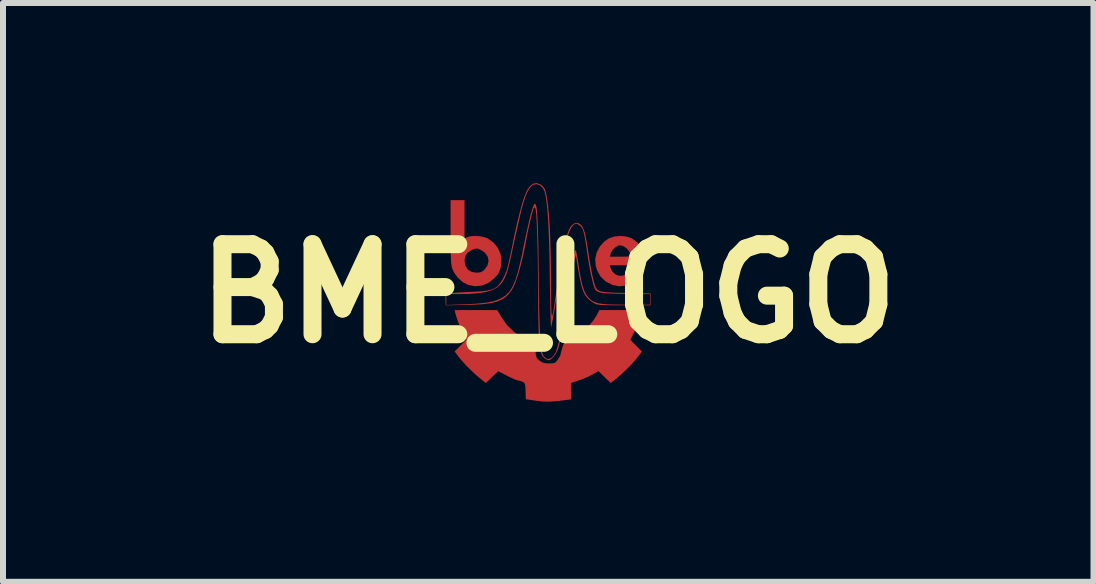
<source format=kicad_pcb>
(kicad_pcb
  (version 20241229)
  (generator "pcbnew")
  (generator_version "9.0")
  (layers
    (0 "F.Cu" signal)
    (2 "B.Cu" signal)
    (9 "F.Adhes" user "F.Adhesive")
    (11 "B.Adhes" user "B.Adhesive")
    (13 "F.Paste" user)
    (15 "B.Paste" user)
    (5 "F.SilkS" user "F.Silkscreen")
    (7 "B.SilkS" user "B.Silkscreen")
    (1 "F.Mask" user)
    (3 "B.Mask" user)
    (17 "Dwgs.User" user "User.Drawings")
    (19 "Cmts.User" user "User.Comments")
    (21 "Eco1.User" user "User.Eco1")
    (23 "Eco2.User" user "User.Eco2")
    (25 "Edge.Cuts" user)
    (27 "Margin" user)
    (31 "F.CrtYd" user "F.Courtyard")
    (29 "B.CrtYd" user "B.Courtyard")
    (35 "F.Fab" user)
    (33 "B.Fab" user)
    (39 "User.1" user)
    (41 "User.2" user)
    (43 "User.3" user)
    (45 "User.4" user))
  (footprint "BME_LOGO"
    (layer "F.Cu")
    (at 6.086 1.841)
    (property "Reference" "BME_LOGO" (at 0 0 0) (layer "F.SilkS") (effects (font (size 1.5 1.5) (thickness 0.3))))
    (attr board_only exclude_from_pos_files exclude_from_bom)
    (fp_poly (pts (xy -1.396 -1.236) (xy -1.396 -0.915) (xy -1.356 -0.937) (xy -1.3 -0.954) (xy -1.223 -0.959) (xy -1.138 -0.954) (xy -1.06 -0.938) (xy -1.011 -0.92) (xy -0.912 -0.849) (xy -0.838 -0.758) (xy -0.793 -0.65) (xy -0.78 -0.532) (xy -0.791 -0.442) (xy -0.811 -0.375) (xy -0.841 -0.32) (xy -0.892 -0.263) (xy -0.896 -0.258) (xy -0.998 -0.177) (xy -1.106 -0.132) (xy -1.219 -0.121) (xy -1.338 -0.145) (xy -1.341 -0.146) (xy -1.427 -0.192) (xy -1.507 -0.263) (xy -1.569 -0.347) (xy -1.598 -0.409) (xy -1.607 -0.439) (xy -1.614 -0.477) (xy -1.619 -0.525) (xy -1.62 -0.551) (xy -1.396 -0.551) (xy -1.382 -0.464) (xy -1.341 -0.399) (xy -1.276 -0.36) (xy -1.198 -0.347) (xy -1.138 -0.352) (xy -1.096 -0.37) (xy -1.061 -0.4) (xy -1.012 -0.471) (xy -0.995 -0.545) (xy -1.011 -0.617) (xy -1.057 -0.681) (xy -1.116 -0.723) (xy -1.163 -0.744) (xy -1.197 -0.75) (xy -1.237 -0.74) (xy -1.264 -0.73) (xy -1.338 -0.688) (xy -1.382 -0.629) (xy -1.396 -0.551) (xy -1.62 -0.551) (xy -1.623 -0.588) (xy -1.625 -0.672) (xy -1.627 -0.779) (xy -1.627 -0.915) (xy -1.628 -1.026) (xy -1.628 -1.556) (xy -1.512 -1.556) (xy -1.396 -1.556)) (stroke (width 0) (type solid)) (fill yes) (layer "F.Cu"))
    (fp_poly (pts (xy 1.309 -0.948) (xy 1.391 -0.92) (xy 1.484 -0.853) (xy 1.558 -0.763) (xy 1.607 -0.658) (xy 1.627 -0.547) (xy 1.627 -0.538) (xy 1.628 -0.471) (xy 1.327 -0.471) (xy 1.026 -0.471) (xy 1.036 -0.431) (xy 1.066 -0.368) (xy 1.115 -0.322) (xy 1.175 -0.297) (xy 1.238 -0.296) (xy 1.294 -0.322) (xy 1.311 -0.338) (xy 1.337 -0.363) (xy 1.369 -0.376) (xy 1.417 -0.382) (xy 1.462 -0.382) (xy 1.53 -0.379) (xy 1.566 -0.367) (xy 1.572 -0.343) (xy 1.547 -0.304) (xy 1.497 -0.251) (xy 1.4 -0.175) (xy 1.292 -0.131) (xy 1.181 -0.12) (xy 1.069 -0.144) (xy 0.957 -0.201) (xy 0.872 -0.281) (xy 0.813 -0.385) (xy 0.79 -0.464) (xy 0.782 -0.574) (xy 0.791 -0.614) (xy 1.028 -0.614) (xy 1.203 -0.614) (xy 1.277 -0.615) (xy 1.336 -0.617) (xy 1.371 -0.621) (xy 1.379 -0.624) (xy 1.372 -0.646) (xy 1.355 -0.685) (xy 1.352 -0.692) (xy 1.313 -0.746) (xy 1.26 -0.785) (xy 1.205 -0.804) (xy 1.176 -0.802) (xy 1.124 -0.776) (xy 1.075 -0.73) (xy 1.042 -0.677) (xy 1.036 -0.658) (xy 1.028 -0.614) (xy 0.791 -0.614) (xy 0.806 -0.683) (xy 0.859 -0.784) (xy 0.936 -0.869) (xy 1.012 -0.92) (xy 1.102 -0.95) (xy 1.205 -0.959)) (stroke (width 0) (type solid)) (fill yes) (layer "F.Cu"))
    (fp_poly (pts (xy -0.781 0.393) (xy -0.686 0.528) (xy -0.571 0.639) (xy -0.431 0.731) (xy -0.309 0.789) (xy -0.227 0.824) (xy -0.215 0.95) (xy -0.207 1.018) (xy -0.196 1.061) (xy -0.178 1.091) (xy -0.148 1.117) (xy -0.144 1.12) (xy -0.097 1.149) (xy -0.045 1.162) (xy 0.014 1.165) (xy 0.073 1.163) (xy 0.108 1.155) (xy 0.134 1.133) (xy 0.159 1.099) (xy 0.187 1.055) (xy 0.203 1.024) (xy 0.205 1.017) (xy 0.209 0.992) (xy 0.221 0.946) (xy 0.231 0.909) (xy 0.246 0.862) (xy 0.263 0.83) (xy 0.29 0.806) (xy 0.336 0.78) (xy 0.387 0.756) (xy 0.483 0.7) (xy 0.583 0.623) (xy 0.676 0.535) (xy 0.755 0.444) (xy 0.808 0.36) (xy 0.85 0.276) (xy 1.205 0.276) (xy 1.559 0.276) (xy 1.547 0.334) (xy 1.515 0.453) (xy 1.464 0.579) (xy 1.428 0.653) (xy 1.367 0.771) (xy 1.464 0.869) (xy 1.561 0.966) (xy 1.481 1.07) (xy 1.413 1.151) (xy 1.326 1.242) (xy 1.232 1.332) (xy 1.141 1.412) (xy 1.104 1.441) (xy 1.039 1.491) (xy 0.937 1.392) (xy 0.836 1.293) (xy 0.732 1.352) (xy 0.657 1.389) (xy 0.569 1.426) (xy 0.505 1.449) (xy 0.382 1.488) (xy 0.382 1.626) (xy 0.382 1.764) (xy 0.214 1.785) (xy 0.099 1.797) (xy 0.005 1.802) (xy -0.083 1.8) (xy -0.179 1.79) (xy -0.24 1.781) (xy -0.374 1.761) (xy -0.379 1.626) (xy -0.382 1.556) (xy -0.388 1.514) (xy -0.4 1.489) (xy -0.419 1.475) (xy -0.428 1.47) (xy -0.473 1.454) (xy -0.503 1.449) (xy -0.532 1.441) (xy -0.583 1.42) (xy -0.648 1.39) (xy -0.685 1.371) (xy -0.836 1.294) (xy -0.937 1.392) (xy -1.039 1.491) (xy -1.104 1.441) (xy -1.19 1.37) (xy -1.284 1.283) (xy -1.375 1.192) (xy -1.453 1.105) (xy -1.481 1.071) (xy -1.561 0.966) (xy -1.461 0.866) (xy -1.362 0.765) (xy -1.396 0.711) (xy -1.423 0.661) (xy -1.456 0.588) (xy -1.49 0.505) (xy -1.52 0.424) (xy -1.541 0.356) (xy -1.547 0.334) (xy -1.559 0.276) (xy -1.204 0.276) (xy -0.85 0.276)) (stroke (width 0) (type solid)) (fill yes) (layer "F.Cu"))
    (fp_poly (pts (xy -0.126 -1.815) (xy -0.103 -1.798) (xy -0.069 -1.761) (xy -0.047 -1.711) (xy -0.03 -1.642) (xy -0.01 -1.514) (xy 0.007 -1.352) (xy 0.022 -1.157) (xy 0.033 -0.933) (xy 0.04 -0.681) (xy 0.045 -0.401) (xy 0.046 -0.231) (xy 0.046 -0.049) (xy 0.048 0.098) (xy 0.049 0.213) (xy 0.052 0.295) (xy 0.056 0.346) (xy 0.062 0.368) (xy 0.069 0.36) (xy 0.078 0.325) (xy 0.089 0.264) (xy 0.103 0.177) (xy 0.114 0.098) (xy 0.126 0.022) (xy 0.138 -0.057) (xy 0.153 -0.148) (xy 0.171 -0.257) (xy 0.195 -0.392) (xy 0.204 -0.445) (xy 0.235 -0.619) (xy 0.262 -0.761) (xy 0.287 -0.875) (xy 0.31 -0.965) (xy 0.332 -1.033) (xy 0.354 -1.084) (xy 0.378 -1.121) (xy 0.396 -1.142) (xy 0.447 -1.176) (xy 0.493 -1.177) (xy 0.543 -1.145) (xy 0.547 -1.141) (xy 0.572 -1.109) (xy 0.594 -1.058) (xy 0.615 -0.986) (xy 0.635 -0.888) (xy 0.656 -0.76) (xy 0.667 -0.685) (xy 0.685 -0.571) (xy 0.705 -0.454) (xy 0.726 -0.344) (xy 0.747 -0.247) (xy 0.767 -0.17) (xy 0.782 -0.123) (xy 0.797 -0.092) (xy 0.815 -0.067) (xy 0.84 -0.049) (xy 0.877 -0.035) (xy 0.931 -0.025) (xy 1.005 -0.019) (xy 1.104 -0.014) (xy 1.232 -0.01) (xy 1.298 -0.009) (xy 1.708 0) (xy 1.708 0.098) (xy 1.708 0.196) (xy 1.263 0.196) (xy 1.125 0.196) (xy 1.018 0.195) (xy 0.938 0.193) (xy 0.878 0.191) (xy 0.836 0.186) (xy 0.805 0.18) (xy 0.782 0.172) (xy 0.762 0.16) (xy 0.756 0.157) (xy 0.702 0.121) (xy 0.658 0.083) (xy 0.622 0.039) (xy 0.591 -0.016) (xy 0.565 -0.086) (xy 0.542 -0.175) (xy 0.518 -0.289) (xy 0.493 -0.432) (xy 0.482 -0.498) (xy 0.459 -0.64) (xy 0.441 -0.569) (xy 0.431 -0.522) (xy 0.418 -0.451) (xy 0.404 -0.365) (xy 0.393 -0.293) (xy 0.362 -0.086) (xy 0.33 0.114) (xy 0.298 0.301) (xy 0.266 0.473) (xy 0.236 0.625) (xy 0.208 0.753) (xy 0.183 0.855) (xy 0.162 0.927) (xy 0.156 0.943) (xy 0.122 1.009) (xy 0.08 1.064) (xy 0.037 1.101) (xy 0.007 1.112) (xy -0.027 1.101) (xy -0.069 1.074) (xy -0.073 1.07) (xy -0.094 1.047) (xy -0.112 1.014) (xy -0.127 0.968) (xy -0.139 0.908) (xy -0.148 0.829) (xy -0.156 0.729) (xy -0.161 0.605) (xy -0.165 0.454) (xy -0.168 0.274) (xy -0.169 0.062) (xy -0.169 0.044) (xy -0.17 -0.19) (xy -0.173 -0.412) (xy -0.176 -0.619) (xy -0.18 -0.808) (xy -0.185 -0.976) (xy -0.19 -1.121) (xy -0.196 -1.241) (xy -0.202 -1.332) (xy -0.209 -1.393) (xy -0.216 -1.419) (xy -0.229 -1.435) (xy -0.24 -1.425) (xy -0.253 -1.392) (xy -0.267 -1.343) (xy -0.286 -1.268) (xy -0.308 -1.179) (xy -0.329 -1.084) (xy -0.349 -0.994) (xy -0.363 -0.918) (xy -0.365 -0.907) (xy -0.397 -0.738) (xy -0.433 -0.575) (xy -0.471 -0.424) (xy -0.511 -0.29) (xy -0.55 -0.178) (xy -0.587 -0.094) (xy -0.603 -0.067) (xy -0.654 0.004) (xy -0.712 0.06) (xy -0.78 0.104) (xy -0.864 0.138) (xy -0.968 0.162) (xy -1.094 0.178) (xy -1.249 0.187) (xy -1.379 0.19) (xy -1.708 0.196) (xy -1.713 0.109) (xy -1.713 0.055) (xy -1.707 0.016) (xy -1.704 0.009) (xy -1.699 0.009) (xy -1.699 0.1) (xy -1.699 0.191) (xy -1.383 0.179) (xy -1.194 0.169) (xy -1.037 0.152) (xy -0.908 0.127) (xy -0.803 0.09) (xy -0.718 0.039) (xy -0.649 -0.03) (xy -0.594 -0.119) (xy -0.546 -0.231) (xy -0.504 -0.368) (xy -0.474 -0.491) (xy -0.457 -0.565) (xy -0.442 -0.631) (xy -0.432 -0.677) (xy -0.431 -0.685) (xy -0.416 -0.764) (xy -0.395 -0.863) (xy -0.372 -0.974) (xy -0.347 -1.087) (xy -0.324 -1.191) (xy -0.303 -1.277) (xy -0.292 -1.323) (xy -0.27 -1.398) (xy -0.252 -1.452) (xy -0.235 -1.486) (xy -0.221 -1.496) (xy -0.209 -1.483) (xy -0.198 -1.445) (xy -0.189 -1.38) (xy -0.182 -1.287) (xy -0.176 -1.166) (xy -0.171 -1.014) (xy -0.166 -0.83) (xy -0.163 -0.613) (xy -0.16 -0.363) (xy -0.16 -0.356) (xy -0.157 -0.096) (xy -0.154 0.13) (xy -0.15 0.326) (xy -0.145 0.492) (xy -0.139 0.632) (xy -0.133 0.748) (xy -0.125 0.841) (xy -0.116 0.915) (xy -0.105 0.972) (xy -0.093 1.013) (xy -0.079 1.041) (xy -0.069 1.053) (xy -0.025 1.087) (xy 0.015 1.089) (xy 0.059 1.066) (xy 0.093 1.03) (xy 0.122 0.981) (xy 0.124 0.977) (xy 0.147 0.909) (xy 0.174 0.811) (xy 0.203 0.688) (xy 0.233 0.544) (xy 0.264 0.384) (xy 0.294 0.212) (xy 0.323 0.035) (xy 0.329 -0.009) (xy 0.342 -0.095) (xy 0.358 -0.195) (xy 0.373 -0.289) (xy 0.374 -0.293) (xy 0.389 -0.386) (xy 0.406 -0.486) (xy 0.419 -0.574) (xy 0.42 -0.578) (xy 0.432 -0.644) (xy 0.443 -0.696) (xy 0.453 -0.724) (xy 0.454 -0.726) (xy 0.461 -0.715) (xy 0.471 -0.675) (xy 0.483 -0.613) (xy 0.496 -0.534) (xy 0.496 -0.53) (xy 0.522 -0.364) (xy 0.547 -0.23) (xy 0.574 -0.123) (xy 0.603 -0.039) (xy 0.635 0.025) (xy 0.673 0.074) (xy 0.707 0.105) (xy 0.745 0.129) (xy 0.788 0.149) (xy 0.841 0.163) (xy 0.909 0.174) (xy 0.996 0.181) (xy 1.108 0.184) (xy 1.249 0.186) (xy 1.312 0.186) (xy 1.699 0.187) (xy 1.699 0.099) (xy 1.699 0.011) (xy 1.284 0.006) (xy 1.139 0.003) (xy 1.026 0.000169) (xy 0.939 -0.005) (xy 0.875 -0.014) (xy 0.83 -0.028) (xy 0.799 -0.048) (xy 0.778 -0.075) (xy 0.763 -0.111) (xy 0.749 -0.155) (xy 0.699 -0.366) (xy 0.667 -0.551) (xy 0.645 -0.705) (xy 0.627 -0.826) (xy 0.611 -0.921) (xy 0.596 -0.993) (xy 0.582 -1.045) (xy 0.567 -1.082) (xy 0.55 -1.109) (xy 0.531 -1.128) (xy 0.527 -1.131) (xy 0.49 -1.155) (xy 0.463 -1.165) (xy 0.426 -1.148) (xy 0.387 -1.102) (xy 0.351 -1.033) (xy 0.319 -0.947) (xy 0.296 -0.849) (xy 0.294 -0.836) (xy 0.285 -0.782) (xy 0.271 -0.704) (xy 0.255 -0.613) (xy 0.243 -0.543) (xy 0.224 -0.438) (xy 0.204 -0.325) (xy 0.186 -0.22) (xy 0.177 -0.169) (xy 0.157 -0.045) (xy 0.141 0.051) (xy 0.128 0.127) (xy 0.117 0.19) (xy 0.108 0.248) (xy 0.097 0.309) (xy 0.087 0.365) (xy 0.073 0.441) (xy 0.06 0.505) (xy 0.05 0.549) (xy 0.047 0.56) (xy 0.044 0.549) (xy 0.042 0.504) (xy 0.039 0.431) (xy 0.036 0.333) (xy 0.033 0.212) (xy 0.03 0.071) (xy 0.028 -0.085) (xy 0.025 -0.253) (xy 0.025 -0.267) (xy 0.021 -0.552) (xy 0.015 -0.803) (xy 0.007 -1.021) (xy -0.002 -1.209) (xy -0.013 -1.367) (xy -0.026 -1.497) (xy -0.04 -1.601) (xy -0.057 -1.681) (xy -0.061 -1.696) (xy -0.093 -1.761) (xy -0.141 -1.804) (xy -0.196 -1.822) (xy -0.251 -1.811) (xy -0.288 -1.783) (xy -0.321 -1.74) (xy -0.353 -1.682) (xy -0.383 -1.607) (xy -0.415 -1.51) (xy -0.448 -1.388) (xy -0.484 -1.236) (xy -0.506 -1.138) (xy -0.519 -1.082) (xy -0.535 -1.009) (xy -0.548 -0.952) (xy -0.565 -0.876) (xy -0.585 -0.784) (xy -0.604 -0.694) (xy -0.606 -0.685) (xy -0.638 -0.537) (xy -0.667 -0.42) (xy -0.696 -0.327) (xy -0.727 -0.255) (xy -0.761 -0.196) (xy -0.8 -0.147) (xy -0.801 -0.147) (xy -0.861 -0.095) (xy -0.939 -0.055) (xy -1.036 -0.026) (xy -1.158 -0.006) (xy -1.308 0.006) (xy -1.478 0.009) (xy -1.699 0.009) (xy -1.704 0.009) (xy -1.702 0.005) (xy -1.68 -0.000316) (xy -1.628 -0.007) (xy -1.552 -0.013) (xy -1.458 -0.019) (xy -1.351 -0.024) (xy -1.341 -0.025) (xy -1.203 -0.031) (xy -1.095 -0.039) (xy -1.012 -0.05) (xy -0.949 -0.065) (xy -0.899 -0.085) (xy -0.859 -0.112) (xy -0.822 -0.147) (xy -0.816 -0.154) (xy -0.773 -0.215) (xy -0.73 -0.297) (xy -0.693 -0.388) (xy -0.672 -0.462) (xy -0.644 -0.588) (xy -0.615 -0.723) (xy -0.589 -0.85) (xy -0.578 -0.907) (xy -0.553 -1.027) (xy -0.523 -1.158) (xy -0.491 -1.291) (xy -0.458 -1.416) (xy -0.428 -1.524) (xy -0.404 -1.599) (xy -0.358 -1.711) (xy -0.306 -1.789) (xy -0.25 -1.832) (xy -0.19 -1.841)) (stroke (width 0) (type solid)) (fill yes) (layer "F.Cu")))
  (gr_rect
    (start -3 -3)
    (end 15.171 6.644)
    (stroke (width 0.1) (type default))
    (fill no)
    (layer "Edge.Cuts")))
</source>
